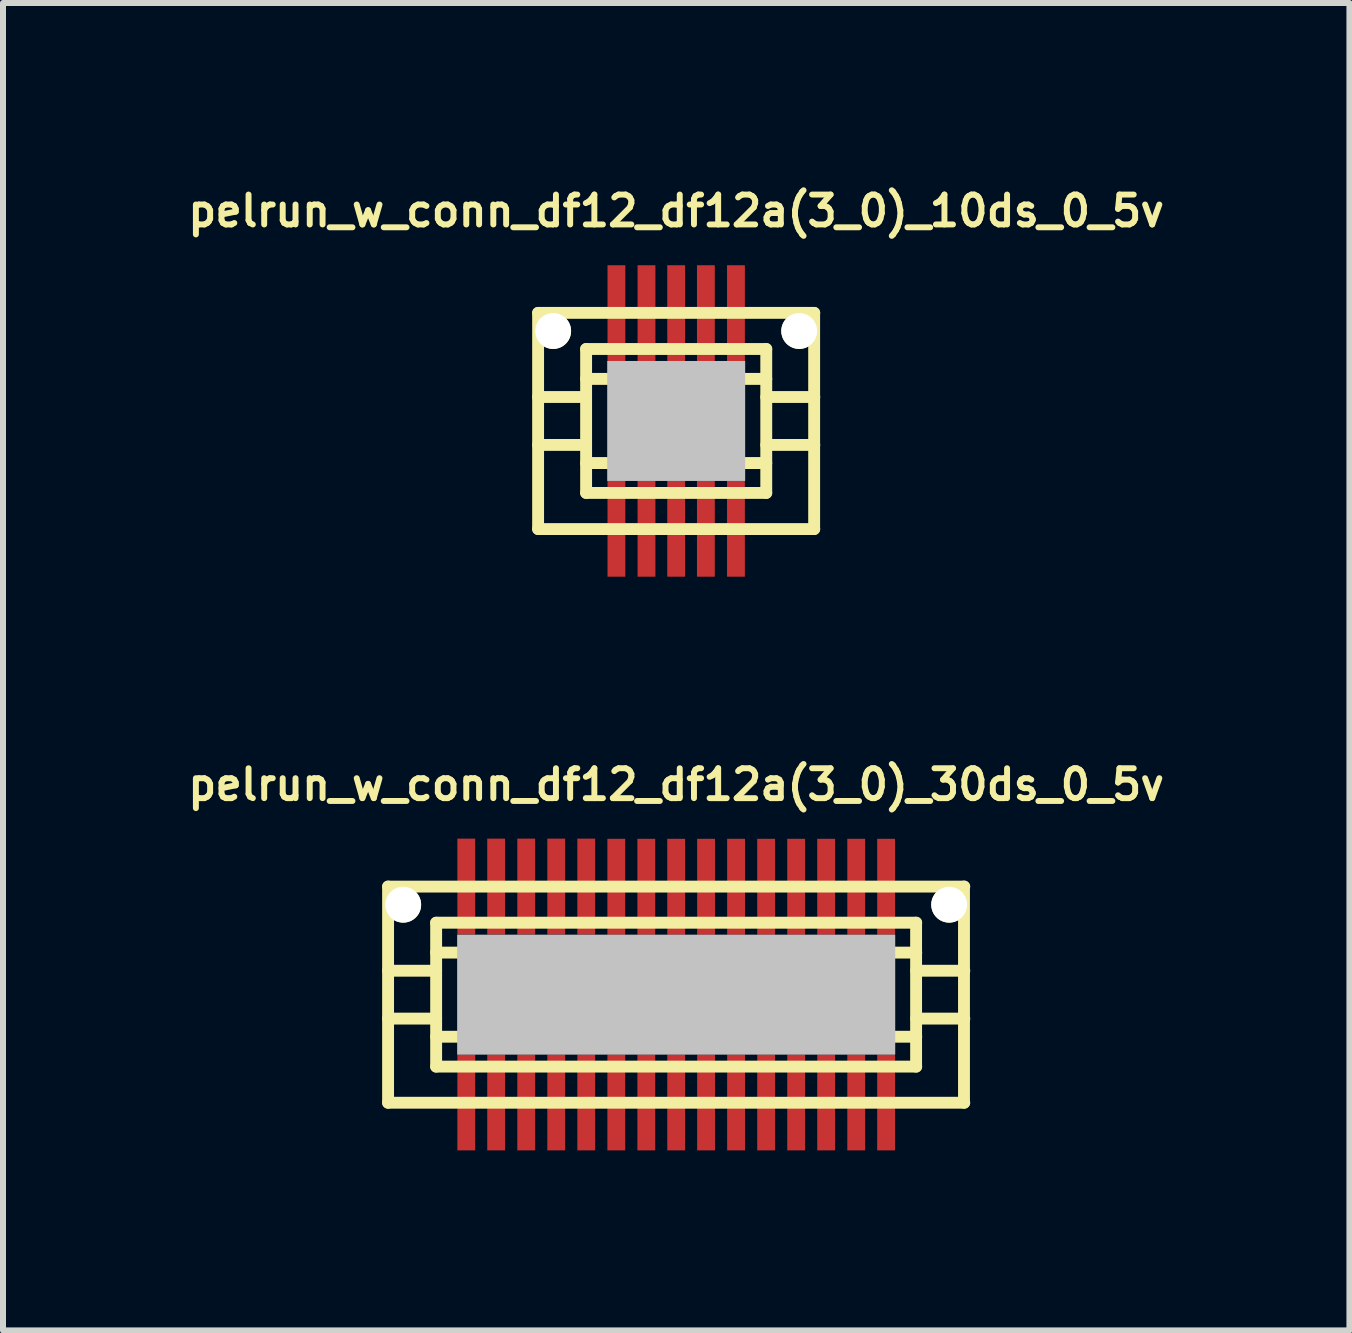
<source format=kicad_pcb>
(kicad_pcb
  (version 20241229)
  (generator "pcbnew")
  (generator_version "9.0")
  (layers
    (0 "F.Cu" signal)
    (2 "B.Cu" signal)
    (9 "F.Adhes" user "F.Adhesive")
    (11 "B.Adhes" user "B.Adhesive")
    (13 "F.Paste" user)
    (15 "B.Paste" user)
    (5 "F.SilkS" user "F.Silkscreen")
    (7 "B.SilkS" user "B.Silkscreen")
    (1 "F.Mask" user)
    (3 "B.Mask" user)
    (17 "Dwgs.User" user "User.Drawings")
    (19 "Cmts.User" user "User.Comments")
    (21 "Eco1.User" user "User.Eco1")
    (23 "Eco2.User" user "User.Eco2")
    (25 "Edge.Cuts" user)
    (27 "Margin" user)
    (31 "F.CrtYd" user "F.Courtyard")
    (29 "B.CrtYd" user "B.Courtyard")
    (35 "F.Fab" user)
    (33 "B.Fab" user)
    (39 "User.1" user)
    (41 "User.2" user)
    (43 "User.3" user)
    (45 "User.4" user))
  (footprint "pelrun_w_conn_df12_df12a(3_0)_10ds_0_5v"
    (layer "F.Cu")
    (at 8.218 3.965)
    (property "Reference" "pelrun_w_conn_df12_df12a(3_0)_10ds_0_5v" (at 0 -3.5 0) (layer "F.SilkS") (effects (font (size 0.498 0.498) (thickness 0.099))))
    (attr through_hole)
    (fp_line (start -2.301 -1.801) (end 2.301 -1.801) (stroke (width 0.198) (type solid)) (layer "F.SilkS"))
    (fp_line (start -2.301 1.801) (end -2.301 -1.801) (stroke (width 0.198) (type solid)) (layer "F.SilkS"))
    (fp_line (start -1.501 -1.199) (end 1.501 -1.199) (stroke (width 0.198) (type solid)) (layer "F.SilkS"))
    (fp_line (start -1.501 -0.701) (end 1.501 -0.701) (stroke (width 0.198) (type solid)) (layer "F.SilkS"))
    (fp_line (start -1.501 -0.399) (end -2.301 -0.399) (stroke (width 0.198) (type solid)) (layer "F.SilkS"))
    (fp_line (start -1.501 0.399) (end -2.301 0.399) (stroke (width 0.198) (type solid)) (layer "F.SilkS"))
    (fp_line (start -1.501 1.199) (end -1.501 -1.199) (stroke (width 0.198) (type solid)) (layer "F.SilkS"))
    (fp_line (start 1.501 -1.199) (end 1.501 1.199) (stroke (width 0.198) (type solid)) (layer "F.SilkS"))
    (fp_line (start 1.501 -0.399) (end 2.301 -0.399) (stroke (width 0.198) (type solid)) (layer "F.SilkS"))
    (fp_line (start 1.501 0.701) (end -1.501 0.701) (stroke (width 0.198) (type solid)) (layer "F.SilkS"))
    (fp_line (start 1.501 1.199) (end -1.501 1.199) (stroke (width 0.198) (type solid)) (layer "F.SilkS"))
    (fp_line (start 2.299 -1.801) (end 2.299 1.801) (stroke (width 0.198) (type solid)) (layer "F.SilkS"))
    (fp_line (start 2.301 0.399) (end 1.501 0.399) (stroke (width 0.198) (type solid)) (layer "F.SilkS"))
    (fp_line (start 2.301 1.801) (end -2.301 1.801) (stroke (width 0.198) (type solid)) (layer "F.SilkS"))
    (pad "" np_thru_hole circle (at -2.05 -1.499) (size 0.597 0.597) (drill 0.597) (layers "*.Cu" "*.Mask" "F.SilkS"))
    (pad "" smd rect (at 0 0) (size 2.299 1.999) (layers "Dwgs.User"))
    (pad "" np_thru_hole circle (at 2.05 -1.499) (size 0.597 0.597) (drill 0.597) (layers "*.Cu" "*.Mask" "F.SilkS"))
    (pad "1" smd rect (at -0.996 1.796) (size 0.297 1.598) (layers "F.Cu" "F.Mask" "F.Paste"))
    (pad "2" smd rect (at -0.495 1.796) (size 0.297 1.598) (layers "F.Cu" "F.Mask" "F.Paste"))
    (pad "3" smd rect (at 0 1.796) (size 0.297 1.598) (layers "F.Cu" "F.Mask" "F.Paste"))
    (pad "4" smd rect (at 0.495 1.796) (size 0.297 1.598) (layers "F.Cu" "F.Mask" "F.Paste"))
    (pad "5" smd rect (at 0.996 1.796) (size 0.297 1.598) (layers "F.Cu" "F.Mask" "F.Paste"))
    (pad "6" smd rect (at 0.996 -1.796) (size 0.297 1.598) (layers "F.Cu" "F.Mask" "F.Paste"))
    (pad "7" smd rect (at 0.495 -1.796) (size 0.297 1.598) (layers "F.Cu" "F.Mask" "F.Paste"))
    (pad "8" smd rect (at 0 -1.796) (size 0.297 1.598) (layers "F.Cu" "F.Mask" "F.Paste"))
    (pad "9" smd rect (at -0.495 -1.796) (size 0.297 1.598) (layers "F.Cu" "F.Mask" "F.Paste"))
    (pad "10" smd rect (at -0.996 -1.796) (size 0.297 1.598) (layers "F.Cu" "F.Mask" "F.Paste")))
  (footprint "pelrun_w_conn_df12_df12a(3_0)_30ds_0_5v"
    (layer "F.Cu")
    (at 8.218 13.525)
    (property "Reference" "pelrun_w_conn_df12_df12a(3_0)_30ds_0_5v" (at 0 -3.5 0) (layer "F.SilkS") (effects (font (size 0.498 0.498) (thickness 0.099))))
    (attr through_hole)
    (fp_line (start -4.801 1.801) (end -4.801 -1.801) (stroke (width 0.198) (type solid)) (layer "F.SilkS"))
    (fp_line (start -4.801 1.801) (end 4.801 1.801) (stroke (width 0.198) (type solid)) (layer "F.SilkS"))
    (fp_line (start -4 -0.701) (end 4 -0.701) (stroke (width 0.198) (type solid)) (layer "F.SilkS"))
    (fp_line (start -4 -0.399) (end -4.801 -0.399) (stroke (width 0.198) (type solid)) (layer "F.SilkS"))
    (fp_line (start -4 0.399) (end -4.801 0.399) (stroke (width 0.198) (type solid)) (layer "F.SilkS"))
    (fp_line (start -4 1.199) (end -4 -1.199) (stroke (width 0.198) (type solid)) (layer "F.SilkS"))
    (fp_line (start 3.998 -1.199) (end 3.998 1.199) (stroke (width 0.198) (type solid)) (layer "F.SilkS"))
    (fp_line (start 4 -1.199) (end -4 -1.199) (stroke (width 0.198) (type solid)) (layer "F.SilkS"))
    (fp_line (start 4 -0.399) (end 4.801 -0.399) (stroke (width 0.198) (type solid)) (layer "F.SilkS"))
    (fp_line (start 4 0.701) (end -4 0.701) (stroke (width 0.198) (type solid)) (layer "F.SilkS"))
    (fp_line (start 4 1.199) (end -4 1.199) (stroke (width 0.198) (type solid)) (layer "F.SilkS"))
    (fp_line (start 4.796 -1.801) (end 4.796 1.801) (stroke (width 0.198) (type solid)) (layer "F.SilkS"))
    (fp_line (start 4.801 -1.801) (end -4.801 -1.801) (stroke (width 0.198) (type solid)) (layer "F.SilkS"))
    (fp_line (start 4.801 0.399) (end 4 0.399) (stroke (width 0.198) (type solid)) (layer "F.SilkS"))
    (pad "" np_thru_hole circle (at -4.549 -1.499) (size 0.597 0.597) (drill 0.597) (layers "*.Cu" "*.Mask" "F.SilkS"))
    (pad "" smd rect (at 0 0) (size 7.3 1.999) (layers "Dwgs.User"))
    (pad "" np_thru_hole circle (at 4.549 -1.499) (size 0.597 0.597) (drill 0.597) (layers "*.Cu" "*.Mask" "F.SilkS"))
    (pad "1" smd rect (at -3.498 1.796) (size 0.297 1.598) (layers "F.Cu" "F.Mask" "F.Paste"))
    (pad "2" smd rect (at -3 1.796) (size 0.297 1.598) (layers "F.Cu" "F.Mask" "F.Paste"))
    (pad "3" smd rect (at -2.499 1.796) (size 0.297 1.598) (layers "F.Cu" "F.Mask" "F.Paste"))
    (pad "4" smd rect (at -1.999 1.796) (size 0.297 1.598) (layers "F.Cu" "F.Mask" "F.Paste"))
    (pad "5" smd rect (at -1.499 1.796) (size 0.297 1.598) (layers "F.Cu" "F.Mask" "F.Paste"))
    (pad "6" smd rect (at -0.998 1.796) (size 0.297 1.598) (layers "F.Cu" "F.Mask" "F.Paste"))
    (pad "7" smd rect (at -0.498 1.796) (size 0.297 1.598) (layers "F.Cu" "F.Mask" "F.Paste"))
    (pad "8" smd rect (at 0 1.796) (size 0.297 1.598) (layers "F.Cu" "F.Mask" "F.Paste"))
    (pad "9" smd rect (at 0.498 1.796) (size 0.297 1.598) (layers "F.Cu" "F.Mask" "F.Paste"))
    (pad "10" smd rect (at 0.998 1.796) (size 0.297 1.598) (layers "F.Cu" "F.Mask" "F.Paste"))
    (pad "11" smd rect (at 1.499 1.796) (size 0.297 1.598) (layers "F.Cu" "F.Mask" "F.Paste"))
    (pad "12" smd rect (at 1.999 1.796) (size 0.297 1.598) (layers "F.Cu" "F.Mask" "F.Paste"))
    (pad "13" smd rect (at 2.499 1.796) (size 0.297 1.598) (layers "F.Cu" "F.Mask" "F.Paste"))
    (pad "14" smd rect (at 3 1.796) (size 0.297 1.598) (layers "F.Cu" "F.Mask" "F.Paste"))
    (pad "15" smd rect (at 3.498 1.796) (size 0.297 1.598) (layers "F.Cu" "F.Mask" "F.Paste"))
    (pad "16" smd rect (at 3.498 -1.798) (size 0.297 1.598) (layers "F.Cu" "F.Mask" "F.Paste"))
    (pad "17" smd rect (at 3 -1.798) (size 0.297 1.598) (layers "F.Cu" "F.Mask" "F.Paste"))
    (pad "18" smd rect (at 2.499 -1.798) (size 0.297 1.598) (layers "F.Cu" "F.Mask" "F.Paste"))
    (pad "19" smd rect (at 1.999 -1.798) (size 0.297 1.598) (layers "F.Cu" "F.Mask" "F.Paste"))
    (pad "20" smd rect (at 1.499 -1.798) (size 0.297 1.598) (layers "F.Cu" "F.Mask" "F.Paste"))
    (pad "21" smd rect (at 0.998 -1.798) (size 0.297 1.598) (layers "F.Cu" "F.Mask" "F.Paste"))
    (pad "22" smd rect (at 0.498 -1.798) (size 0.297 1.598) (layers "F.Cu" "F.Mask" "F.Paste"))
    (pad "23" smd rect (at 0 -1.798) (size 0.297 1.598) (layers "F.Cu" "F.Mask" "F.Paste"))
    (pad "24" smd rect (at -0.498 -1.798) (size 0.297 1.598) (layers "F.Cu" "F.Mask" "F.Paste"))
    (pad "25" smd rect (at -0.998 -1.798) (size 0.297 1.598) (layers "F.Cu" "F.Mask" "F.Paste"))
    (pad "26" smd rect (at -1.499 -1.801) (size 0.297 1.598) (layers "F.Cu" "F.Mask" "F.Paste"))
    (pad "27" smd rect (at -1.999 -1.801) (size 0.297 1.598) (layers "F.Cu" "F.Mask" "F.Paste"))
    (pad "28" smd rect (at -2.499 -1.801) (size 0.297 1.598) (layers "F.Cu" "F.Mask" "F.Paste"))
    (pad "29" smd rect (at -3 -1.801) (size 0.297 1.598) (layers "F.Cu" "F.Mask" "F.Paste"))
    (pad "30" smd rect (at -3.498 -1.801) (size 0.297 1.598) (layers "F.Cu" "F.Mask" "F.Paste")))
  (gr_rect
    (start -3 -3)
    (end 19.437 19.12)
    (stroke (width 0.1) (type default))
    (fill no)
    (layer "Edge.Cuts")))
</source>
